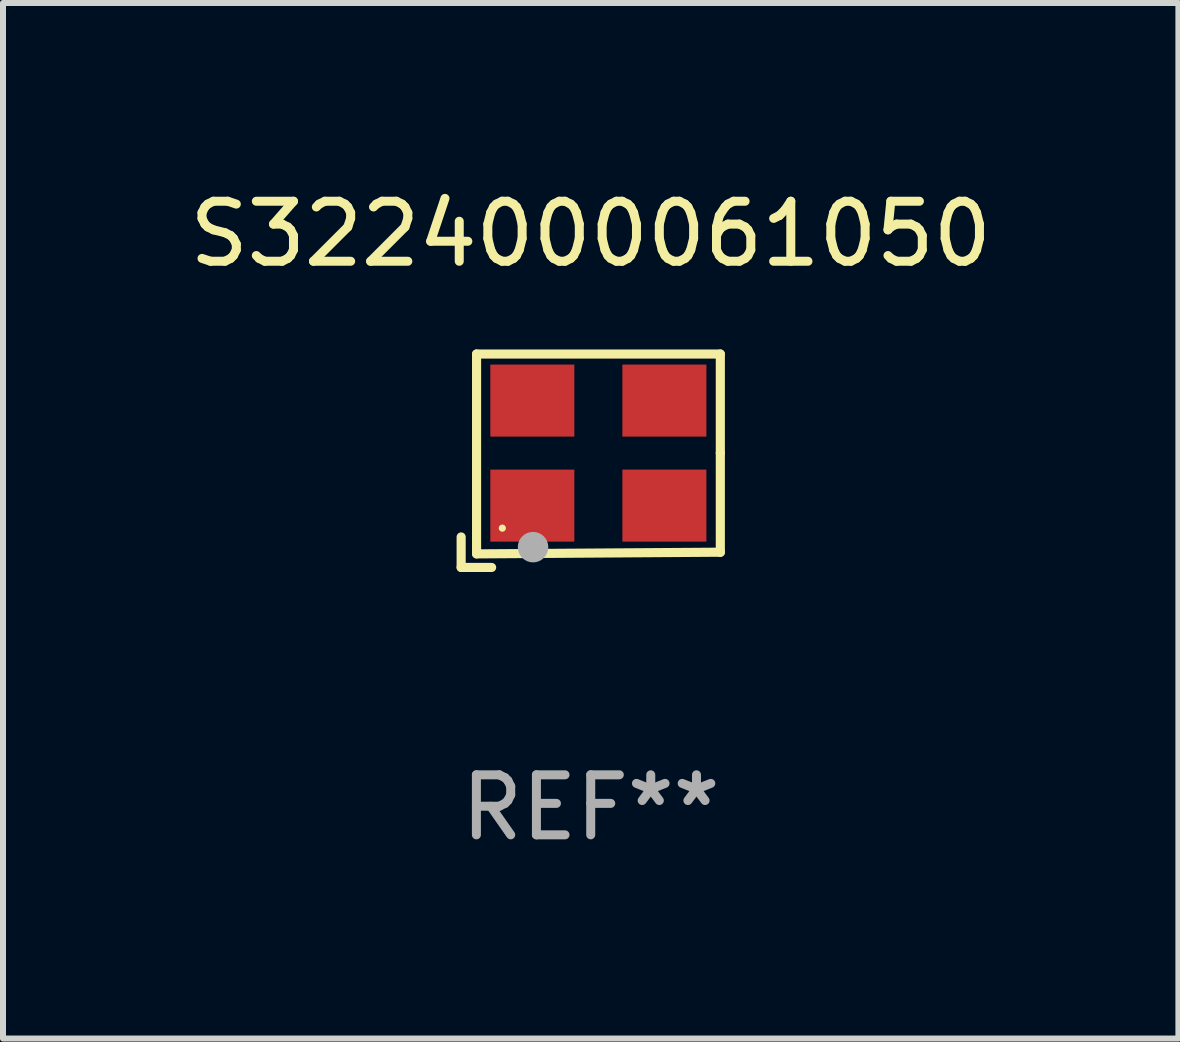
<source format=kicad_pcb>
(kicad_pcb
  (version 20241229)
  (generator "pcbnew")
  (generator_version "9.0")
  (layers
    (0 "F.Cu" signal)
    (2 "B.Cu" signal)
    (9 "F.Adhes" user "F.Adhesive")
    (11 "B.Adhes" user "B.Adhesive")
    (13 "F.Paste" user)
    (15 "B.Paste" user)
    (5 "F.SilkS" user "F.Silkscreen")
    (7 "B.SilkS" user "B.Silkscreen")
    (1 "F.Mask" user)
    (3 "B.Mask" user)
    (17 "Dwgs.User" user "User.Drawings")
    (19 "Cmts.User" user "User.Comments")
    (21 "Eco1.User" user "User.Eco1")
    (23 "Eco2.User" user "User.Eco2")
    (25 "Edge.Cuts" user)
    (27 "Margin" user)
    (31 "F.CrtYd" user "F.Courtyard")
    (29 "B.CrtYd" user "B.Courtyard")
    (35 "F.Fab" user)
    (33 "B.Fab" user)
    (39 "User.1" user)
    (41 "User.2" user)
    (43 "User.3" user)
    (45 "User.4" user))
  (footprint "S3224000061050"
    (layer "F.Cu")
    (at 6.792 4.626)
    (property "Reference" "S3224000061050" (at 0 -3.778 0) (layer "F.SilkS") (effects (font (size 1 1) (thickness 0.15))))
    (attr through_hole)
    (fp_line (start -2.159 1.27) (end -2.159 1.778) (stroke (width 0.152) (type solid)) (layer "F.SilkS"))
    (fp_line (start -2.159 1.778) (end -1.651 1.778) (stroke (width 0.152) (type solid)) (layer "F.SilkS"))
    (fp_line (start -1.902 -1.778) (end 2.159 -1.778) (stroke (width 0.152) (type solid)) (layer "F.SilkS"))
    (fp_line (start -1.902 1.552) (end -1.902 -1.778) (stroke (width 0.152) (type solid)) (layer "F.SilkS"))
    (fp_line (start 2.159 -1.778) (end 2.159 -0.127) (stroke (width 0.152) (type solid)) (layer "F.SilkS"))
    (fp_line (start 2.159 -0.127) (end 2.159 1.524) (stroke (width 0.152) (type solid)) (layer "F.SilkS"))
    (fp_line (start 2.159 1.524) (end -1.902 1.552) (stroke (width 0.152) (type solid)) (layer "F.SilkS"))
    (fp_line (start 2.159 1.524) (end 2.159 1.524) (stroke (width 0.152) (type solid)) (layer "F.SilkS"))
    (fp_circle (center -1.473 1.123) (end -1.443 1.123) (stroke (width 0.06) (type solid)) (fill no) (layer "F.SilkS"))
    (fp_circle (center -0.961 1.44) (end -0.834 1.44) (stroke (width 0.254) (type solid)) (fill no) (layer "F.Fab"))
    (fp_text user "REF**" (at 0 5.778 0) (layer "F.Fab") (effects (font (size 1 1) (thickness 0.15))))
    (pad "1" smd rect (at -0.973 0.748) (size 1.4 1.2) (layers "F.Cu" "F.Mask" "F.Paste"))
    (pad "2" smd rect (at 1.227 0.748) (size 1.4 1.2) (layers "F.Cu" "F.Mask" "F.Paste"))
    (pad "3" smd rect (at 1.227 -1.002) (size 1.4 1.2) (layers "F.Cu" "F.Mask" "F.Paste"))
    (pad "4" smd rect (at -0.973 -1.002) (size 1.4 1.2) (layers "F.Cu" "F.Mask" "F.Paste")))
  (gr_rect
    (start -3 -3)
    (end 16.583 14.253)
    (stroke (width 0.1) (type default))
    (fill no)
    (layer "Edge.Cuts")))
</source>
